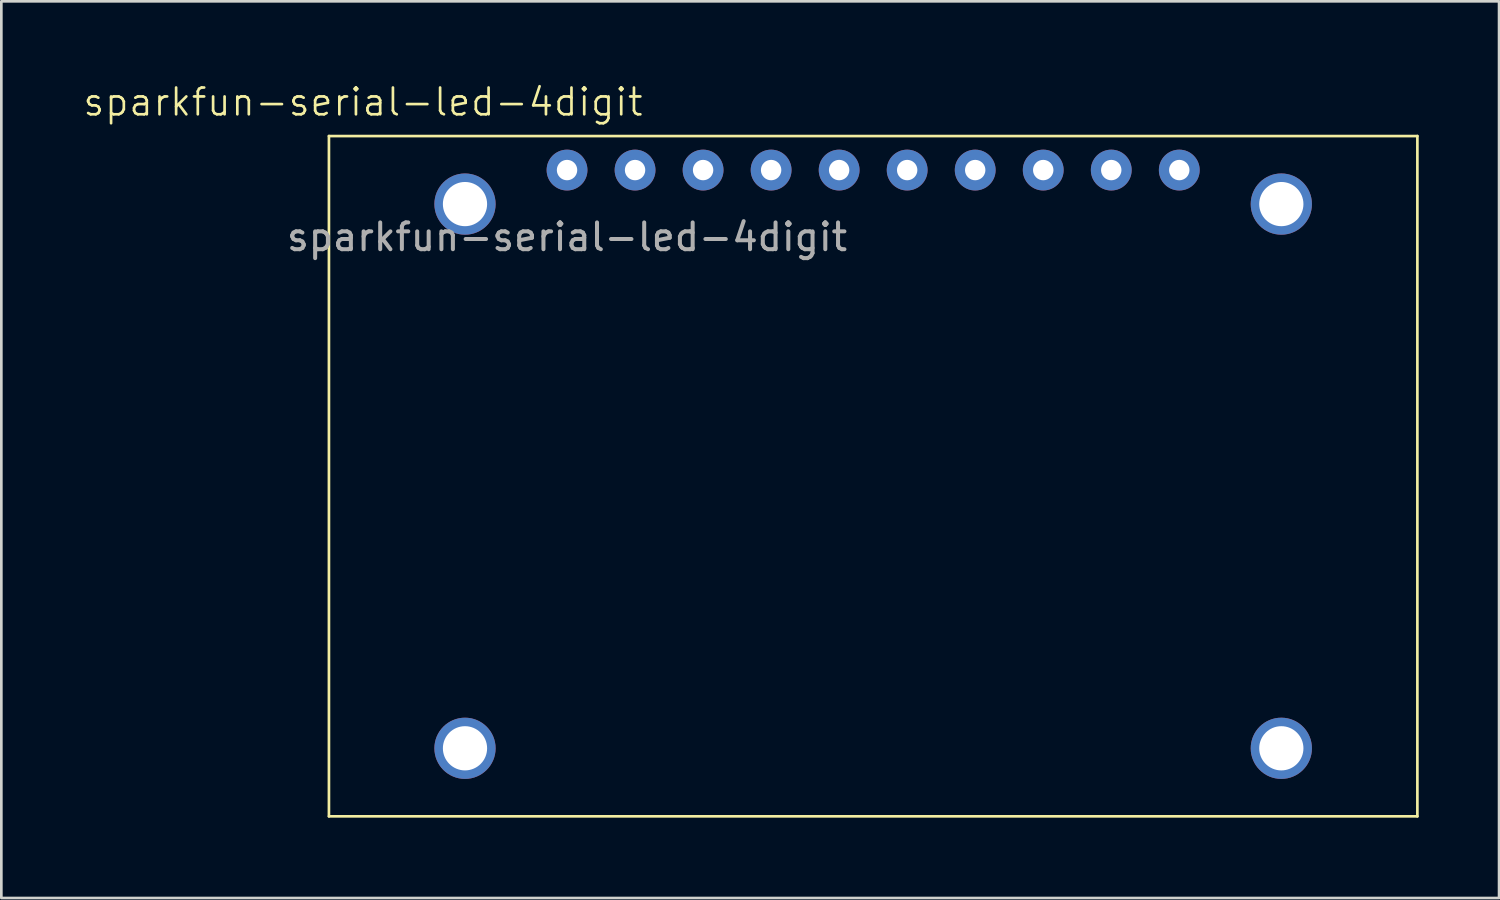
<source format=kicad_pcb>
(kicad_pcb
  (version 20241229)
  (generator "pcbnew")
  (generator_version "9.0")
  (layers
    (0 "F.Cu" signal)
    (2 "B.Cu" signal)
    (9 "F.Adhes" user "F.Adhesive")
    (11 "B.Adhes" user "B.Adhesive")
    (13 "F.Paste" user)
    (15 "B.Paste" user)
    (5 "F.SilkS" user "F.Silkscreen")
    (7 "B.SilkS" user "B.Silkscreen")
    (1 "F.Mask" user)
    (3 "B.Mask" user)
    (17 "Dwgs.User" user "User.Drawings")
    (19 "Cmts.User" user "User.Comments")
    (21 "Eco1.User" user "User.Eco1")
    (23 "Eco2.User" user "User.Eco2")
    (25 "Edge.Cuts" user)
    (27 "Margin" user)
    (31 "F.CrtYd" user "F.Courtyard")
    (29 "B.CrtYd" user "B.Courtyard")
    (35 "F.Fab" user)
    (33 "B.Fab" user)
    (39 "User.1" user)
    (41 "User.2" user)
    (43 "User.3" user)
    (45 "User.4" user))
  (footprint "sparkfun-serial-led-4digit"
    (layer "F.Cu")
    (at 29.552 14.73)
    (property "Reference" "sparkfun-serial-led-4digit" (at -19.05 -13.97 0) (unlocked yes) (layer "F.SilkS") (effects (font (size 1 1) (thickness 0.1))))
    (attr through_hole)
    (fp_line (start -20.32 -12.7) (end 20.32 -12.7) (stroke (width 0.1) (type default)) (layer "F.SilkS"))
    (fp_line (start -20.32 12.7) (end -20.32 -12.7) (stroke (width 0.1) (type default)) (layer "F.SilkS"))
    (fp_line (start 20.32 -12.7) (end 20.32 12.7) (stroke (width 0.1) (type default)) (layer "F.SilkS"))
    (fp_line (start 20.32 12.7) (end -20.32 12.7) (stroke (width 0.1) (type default)) (layer "F.SilkS"))
    (fp_text user "${REFERENCE}" (at -11.43 -8.93 0) (unlocked yes) (layer "F.Fab") (effects (font (size 1 1) (thickness 0.15))))
    (pad "1" thru_hole circle (at -11.43 -11.43) (size 1.524 1.524) (drill 0.762) (layers "*.Cu" "*.Mask"))
    (pad "2" thru_hole circle (at -8.89 -11.43) (size 1.524 1.524) (drill 0.762) (layers "*.Cu" "*.Mask"))
    (pad "3" thru_hole circle (at -6.35 -11.43) (size 1.524 1.524) (drill 0.762) (layers "*.Cu" "*.Mask"))
    (pad "4" thru_hole circle (at -3.81 -11.43) (size 1.524 1.524) (drill 0.762) (layers "*.Cu" "*.Mask"))
    (pad "5" thru_hole circle (at -1.27 -11.43) (size 1.524 1.524) (drill 0.762) (layers "*.Cu" "*.Mask"))
    (pad "6" thru_hole circle (at 1.27 -11.43) (size 1.524 1.524) (drill 0.762) (layers "*.Cu" "*.Mask"))
    (pad "7" thru_hole circle (at 3.81 -11.43) (size 1.524 1.524) (drill 0.762) (layers "*.Cu" "*.Mask"))
    (pad "8" thru_hole circle (at 6.35 -11.43) (size 1.524 1.524) (drill 0.762) (layers "*.Cu" "*.Mask"))
    (pad "9" thru_hole circle (at 8.89 -11.43) (size 1.524 1.524) (drill 0.762) (layers "*.Cu" "*.Mask"))
    (pad "10" thru_hole circle (at 11.43 -11.43) (size 1.524 1.524) (drill 0.762) (layers "*.Cu" "*.Mask"))
    (pad "11" thru_hole circle (at -15.24 -10.16) (size 2.286 2.286) (drill 1.651) (layers "*.Cu" "*.Mask"))
    (pad "12" thru_hole circle (at 15.24 -10.16) (size 2.286 2.286) (drill 1.651) (layers "*.Cu" "*.Mask"))
    (pad "13" thru_hole circle (at 15.24 10.16) (size 2.286 2.286) (drill 1.651) (layers "*.Cu" "*.Mask"))
    (pad "14" thru_hole circle (at -15.24 10.16) (size 2.286 2.286) (drill 1.651) (layers "*.Cu" "*.Mask")))
  (gr_rect
    (start -3 -3)
    (end 52.922 30.48)
    (stroke (width 0.1) (type default))
    (fill no)
    (layer "Edge.Cuts")))
</source>
